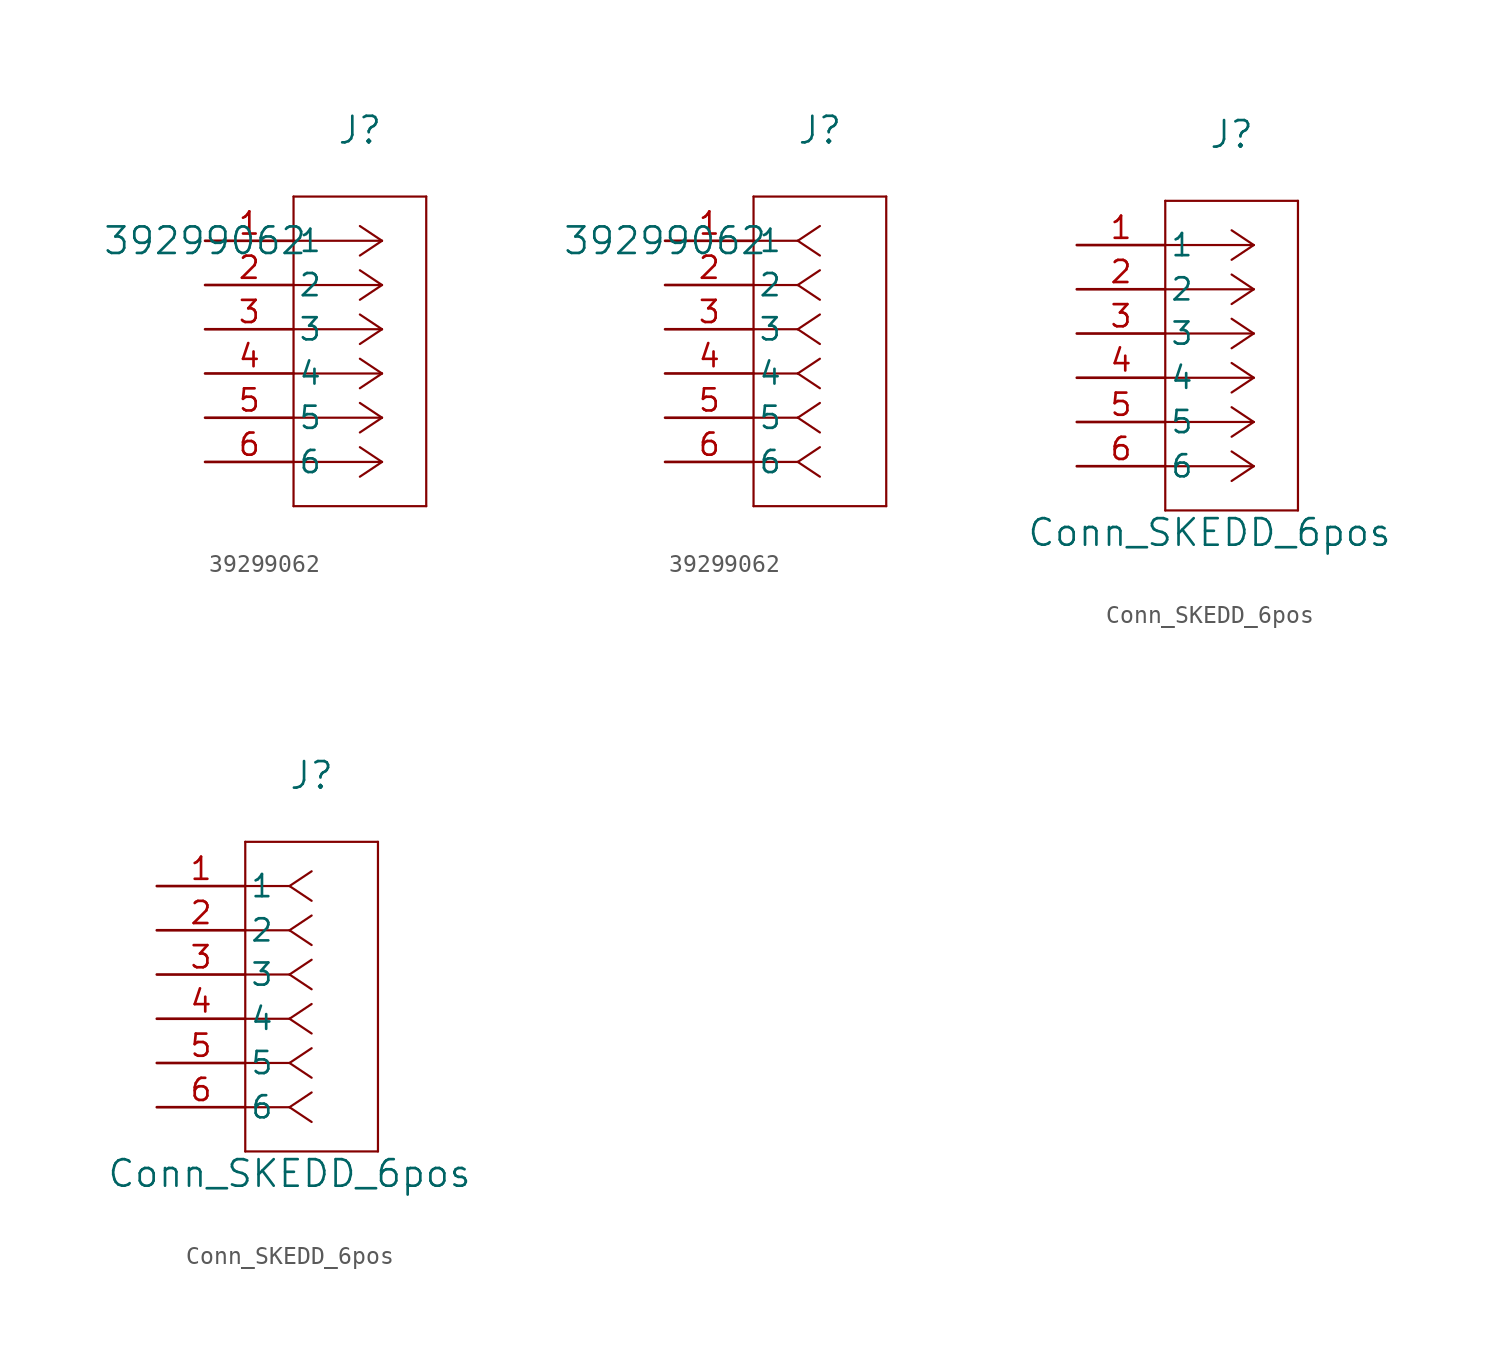
<source format=kicad_sym>
(kicad_symbol_lib
  (version 20220914)
  (generator kicad_symbol_editor)
  (symbol "39299062"
    (pin_names
      (offset 0.254))
    (property "Reference" "J"
      (at 8.89 6.35 0)
      (effects (font (size 1.524 1.524))))
    (property "Value" "39299062"
      (at 0 0 0)
      (effects (font (size 1.524 1.524))))
    (property "ki_locked" ""
      (at 0 0 0)
      (effects (font (size 1.27 1.27))))
    (symbol "39299062_1_1"
      (polyline (pts (xy 5.08 -15.24) (xy 12.7 -15.24)) (stroke (width 0.127) (type default)) (fill (type none)))
      (polyline (pts (xy 5.08 2.54) (xy 5.08 -15.24)) (stroke (width 0.127) (type default)) (fill (type none)))
      (polyline (pts (xy 10.16 -12.7) (xy 5.08 -12.7)) (stroke (width 0.127) (type default)) (fill (type none)))
      (polyline (pts (xy 10.16 -12.7) (xy 8.89 -13.547)) (stroke (width 0.127) (type default)) (fill (type none)))
      (polyline (pts (xy 10.16 -12.7) (xy 8.89 -11.853)) (stroke (width 0.127) (type default)) (fill (type none)))
      (polyline (pts (xy 10.16 -10.16) (xy 5.08 -10.16)) (stroke (width 0.127) (type default)) (fill (type none)))
      (polyline (pts (xy 10.16 -10.16) (xy 8.89 -11.007)) (stroke (width 0.127) (type default)) (fill (type none)))
      (polyline (pts (xy 10.16 -10.16) (xy 8.89 -9.313)) (stroke (width 0.127) (type default)) (fill (type none)))
      (polyline (pts (xy 10.16 -7.62) (xy 5.08 -7.62)) (stroke (width 0.127) (type default)) (fill (type none)))
      (polyline (pts (xy 10.16 -7.62) (xy 8.89 -8.467)) (stroke (width 0.127) (type default)) (fill (type none)))
      (polyline (pts (xy 10.16 -7.62) (xy 8.89 -6.773)) (stroke (width 0.127) (type default)) (fill (type none)))
      (polyline (pts (xy 10.16 -5.08) (xy 5.08 -5.08)) (stroke (width 0.127) (type default)) (fill (type none)))
      (polyline (pts (xy 10.16 -5.08) (xy 8.89 -5.927)) (stroke (width 0.127) (type default)) (fill (type none)))
      (polyline (pts (xy 10.16 -5.08) (xy 8.89 -4.233)) (stroke (width 0.127) (type default)) (fill (type none)))
      (polyline (pts (xy 10.16 -2.54) (xy 5.08 -2.54)) (stroke (width 0.127) (type default)) (fill (type none)))
      (polyline (pts (xy 10.16 -2.54) (xy 8.89 -3.387)) (stroke (width 0.127) (type default)) (fill (type none)))
      (polyline (pts (xy 10.16 -2.54) (xy 8.89 -1.693)) (stroke (width 0.127) (type default)) (fill (type none)))
      (polyline (pts (xy 10.16 0) (xy 5.08 0)) (stroke (width 0.127) (type default)) (fill (type none)))
      (polyline (pts (xy 10.16 0) (xy 8.89 -0.847)) (stroke (width 0.127) (type default)) (fill (type none)))
      (polyline (pts (xy 10.16 0) (xy 8.89 0.847)) (stroke (width 0.127) (type default)) (fill (type none)))
      (polyline (pts (xy 12.7 -15.24) (xy 12.7 2.54)) (stroke (width 0.127) (type default)) (fill (type none)))
      (polyline (pts (xy 12.7 2.54) (xy 5.08 2.54)) (stroke (width 0.127) (type default)) (fill (type none)))
      (pin unspecified line (at 0 0 0) (length 5.08) (name "1" (effects (font (size 1.27 1.27)))) (number "1" (effects (font (size 1.27 1.27)))))
      (pin unspecified line (at 0 -2.54 0) (length 5.08) (name "2" (effects (font (size 1.27 1.27)))) (number "2" (effects (font (size 1.27 1.27)))))
      (pin unspecified line (at 0 -5.08 0) (length 5.08) (name "3" (effects (font (size 1.27 1.27)))) (number "3" (effects (font (size 1.27 1.27)))))
      (pin unspecified line (at 0 -7.62 0) (length 5.08) (name "4" (effects (font (size 1.27 1.27)))) (number "4" (effects (font (size 1.27 1.27)))))
      (pin unspecified line (at 0 -10.16 0) (length 5.08) (name "5" (effects (font (size 1.27 1.27)))) (number "5" (effects (font (size 1.27 1.27)))))
      (pin unspecified line (at 0 -12.7 0) (length 5.08) (name "6" (effects (font (size 1.27 1.27)))) (number "6" (effects (font (size 1.27 1.27))))))
    (symbol "39299062_1_2"
      (polyline (pts (xy 5.08 -15.24) (xy 12.7 -15.24)) (stroke (width 0.127) (type default)) (fill (type none)))
      (polyline (pts (xy 5.08 2.54) (xy 5.08 -15.24)) (stroke (width 0.127) (type default)) (fill (type none)))
      (polyline (pts (xy 7.62 -12.7) (xy 5.08 -12.7)) (stroke (width 0.127) (type default)) (fill (type none)))
      (polyline (pts (xy 7.62 -12.7) (xy 8.89 -13.547)) (stroke (width 0.127) (type default)) (fill (type none)))
      (polyline (pts (xy 7.62 -12.7) (xy 8.89 -11.853)) (stroke (width 0.127) (type default)) (fill (type none)))
      (polyline (pts (xy 7.62 -10.16) (xy 5.08 -10.16)) (stroke (width 0.127) (type default)) (fill (type none)))
      (polyline (pts (xy 7.62 -10.16) (xy 8.89 -11.007)) (stroke (width 0.127) (type default)) (fill (type none)))
      (polyline (pts (xy 7.62 -10.16) (xy 8.89 -9.313)) (stroke (width 0.127) (type default)) (fill (type none)))
      (polyline (pts (xy 7.62 -7.62) (xy 5.08 -7.62)) (stroke (width 0.127) (type default)) (fill (type none)))
      (polyline (pts (xy 7.62 -7.62) (xy 8.89 -8.467)) (stroke (width 0.127) (type default)) (fill (type none)))
      (polyline (pts (xy 7.62 -7.62) (xy 8.89 -6.773)) (stroke (width 0.127) (type default)) (fill (type none)))
      (polyline (pts (xy 7.62 -5.08) (xy 5.08 -5.08)) (stroke (width 0.127) (type default)) (fill (type none)))
      (polyline (pts (xy 7.62 -5.08) (xy 8.89 -5.927)) (stroke (width 0.127) (type default)) (fill (type none)))
      (polyline (pts (xy 7.62 -5.08) (xy 8.89 -4.233)) (stroke (width 0.127) (type default)) (fill (type none)))
      (polyline (pts (xy 7.62 -2.54) (xy 5.08 -2.54)) (stroke (width 0.127) (type default)) (fill (type none)))
      (polyline (pts (xy 7.62 -2.54) (xy 8.89 -3.387)) (stroke (width 0.127) (type default)) (fill (type none)))
      (polyline (pts (xy 7.62 -2.54) (xy 8.89 -1.693)) (stroke (width 0.127) (type default)) (fill (type none)))
      (polyline (pts (xy 7.62 0) (xy 5.08 0)) (stroke (width 0.127) (type default)) (fill (type none)))
      (polyline (pts (xy 7.62 0) (xy 8.89 -0.847)) (stroke (width 0.127) (type default)) (fill (type none)))
      (polyline (pts (xy 7.62 0) (xy 8.89 0.847)) (stroke (width 0.127) (type default)) (fill (type none)))
      (polyline (pts (xy 12.7 -15.24) (xy 12.7 2.54)) (stroke (width 0.127) (type default)) (fill (type none)))
      (polyline (pts (xy 12.7 2.54) (xy 5.08 2.54)) (stroke (width 0.127) (type default)) (fill (type none)))
      (pin unspecified line (at 0 0 0) (length 5.08) (name "1" (effects (font (size 1.27 1.27)))) (number "1" (effects (font (size 1.27 1.27)))))
      (pin unspecified line (at 0 -2.54 0) (length 5.08) (name "2" (effects (font (size 1.27 1.27)))) (number "2" (effects (font (size 1.27 1.27)))))
      (pin unspecified line (at 0 -5.08 0) (length 5.08) (name "3" (effects (font (size 1.27 1.27)))) (number "3" (effects (font (size 1.27 1.27)))))
      (pin unspecified line (at 0 -7.62 0) (length 5.08) (name "4" (effects (font (size 1.27 1.27)))) (number "4" (effects (font (size 1.27 1.27)))))
      (pin unspecified line (at 0 -10.16 0) (length 5.08) (name "5" (effects (font (size 1.27 1.27)))) (number "5" (effects (font (size 1.27 1.27)))))
      (pin unspecified line (at 0 -12.7 0) (length 5.08) (name "6" (effects (font (size 1.27 1.27)))) (number "6" (effects (font (size 1.27 1.27)))))))
  (symbol "Conn_SKEDD_6pos"
    (pin_names
      (offset 0.254))
    (property "Reference" "J"
      (at 8.89 6.35 0)
      (effects (font (size 1.524 1.524))))
    (property "Value" "Conn_SKEDD_6pos"
      (at 7.62 -16.51 0)
      (effects (font (size 1.524 1.524))))
    (property "ki_locked" ""
      (at 0 0 0)
      (effects (font (size 1.27 1.27))))
    (symbol "Conn_SKEDD_6pos_1_1"
      (polyline (pts (xy 5.08 -15.24) (xy 12.7 -15.24)) (stroke (width 0.127) (type default)) (fill (type none)))
      (polyline (pts (xy 5.08 2.54) (xy 5.08 -15.24)) (stroke (width 0.127) (type default)) (fill (type none)))
      (polyline (pts (xy 10.16 -12.7) (xy 5.08 -12.7)) (stroke (width 0.127) (type default)) (fill (type none)))
      (polyline (pts (xy 10.16 -12.7) (xy 8.89 -13.547)) (stroke (width 0.127) (type default)) (fill (type none)))
      (polyline (pts (xy 10.16 -12.7) (xy 8.89 -11.853)) (stroke (width 0.127) (type default)) (fill (type none)))
      (polyline (pts (xy 10.16 -10.16) (xy 5.08 -10.16)) (stroke (width 0.127) (type default)) (fill (type none)))
      (polyline (pts (xy 10.16 -10.16) (xy 8.89 -11.007)) (stroke (width 0.127) (type default)) (fill (type none)))
      (polyline (pts (xy 10.16 -10.16) (xy 8.89 -9.313)) (stroke (width 0.127) (type default)) (fill (type none)))
      (polyline (pts (xy 10.16 -7.62) (xy 5.08 -7.62)) (stroke (width 0.127) (type default)) (fill (type none)))
      (polyline (pts (xy 10.16 -7.62) (xy 8.89 -8.467)) (stroke (width 0.127) (type default)) (fill (type none)))
      (polyline (pts (xy 10.16 -7.62) (xy 8.89 -6.773)) (stroke (width 0.127) (type default)) (fill (type none)))
      (polyline (pts (xy 10.16 -5.08) (xy 5.08 -5.08)) (stroke (width 0.127) (type default)) (fill (type none)))
      (polyline (pts (xy 10.16 -5.08) (xy 8.89 -5.927)) (stroke (width 0.127) (type default)) (fill (type none)))
      (polyline (pts (xy 10.16 -5.08) (xy 8.89 -4.233)) (stroke (width 0.127) (type default)) (fill (type none)))
      (polyline (pts (xy 10.16 -2.54) (xy 5.08 -2.54)) (stroke (width 0.127) (type default)) (fill (type none)))
      (polyline (pts (xy 10.16 -2.54) (xy 8.89 -3.387)) (stroke (width 0.127) (type default)) (fill (type none)))
      (polyline (pts (xy 10.16 -2.54) (xy 8.89 -1.693)) (stroke (width 0.127) (type default)) (fill (type none)))
      (polyline (pts (xy 10.16 0) (xy 5.08 0)) (stroke (width 0.127) (type default)) (fill (type none)))
      (polyline (pts (xy 10.16 0) (xy 8.89 -0.847)) (stroke (width 0.127) (type default)) (fill (type none)))
      (polyline (pts (xy 10.16 0) (xy 8.89 0.847)) (stroke (width 0.127) (type default)) (fill (type none)))
      (polyline (pts (xy 12.7 -15.24) (xy 12.7 2.54)) (stroke (width 0.127) (type default)) (fill (type none)))
      (polyline (pts (xy 12.7 2.54) (xy 5.08 2.54)) (stroke (width 0.127) (type default)) (fill (type none)))
      (pin unspecified line (at 0 0 0) (length 5.08) (name "1" (effects (font (size 1.27 1.27)))) (number "1" (effects (font (size 1.27 1.27)))))
      (pin unspecified line (at 0 -2.54 0) (length 5.08) (name "2" (effects (font (size 1.27 1.27)))) (number "2" (effects (font (size 1.27 1.27)))))
      (pin unspecified line (at 0 -5.08 0) (length 5.08) (name "3" (effects (font (size 1.27 1.27)))) (number "3" (effects (font (size 1.27 1.27)))))
      (pin unspecified line (at 0 -7.62 0) (length 5.08) (name "4" (effects (font (size 1.27 1.27)))) (number "4" (effects (font (size 1.27 1.27)))))
      (pin unspecified line (at 0 -10.16 0) (length 5.08) (name "5" (effects (font (size 1.27 1.27)))) (number "5" (effects (font (size 1.27 1.27)))))
      (pin unspecified line (at 0 -12.7 0) (length 5.08) (name "6" (effects (font (size 1.27 1.27)))) (number "6" (effects (font (size 1.27 1.27))))))
    (symbol "Conn_SKEDD_6pos_1_2"
      (polyline (pts (xy 5.08 -15.24) (xy 12.7 -15.24)) (stroke (width 0.127) (type default)) (fill (type none)))
      (polyline (pts (xy 5.08 2.54) (xy 5.08 -15.24)) (stroke (width 0.127) (type default)) (fill (type none)))
      (polyline (pts (xy 7.62 -12.7) (xy 5.08 -12.7)) (stroke (width 0.127) (type default)) (fill (type none)))
      (polyline (pts (xy 7.62 -12.7) (xy 8.89 -13.547)) (stroke (width 0.127) (type default)) (fill (type none)))
      (polyline (pts (xy 7.62 -12.7) (xy 8.89 -11.853)) (stroke (width 0.127) (type default)) (fill (type none)))
      (polyline (pts (xy 7.62 -10.16) (xy 5.08 -10.16)) (stroke (width 0.127) (type default)) (fill (type none)))
      (polyline (pts (xy 7.62 -10.16) (xy 8.89 -11.007)) (stroke (width 0.127) (type default)) (fill (type none)))
      (polyline (pts (xy 7.62 -10.16) (xy 8.89 -9.313)) (stroke (width 0.127) (type default)) (fill (type none)))
      (polyline (pts (xy 7.62 -7.62) (xy 5.08 -7.62)) (stroke (width 0.127) (type default)) (fill (type none)))
      (polyline (pts (xy 7.62 -7.62) (xy 8.89 -8.467)) (stroke (width 0.127) (type default)) (fill (type none)))
      (polyline (pts (xy 7.62 -7.62) (xy 8.89 -6.773)) (stroke (width 0.127) (type default)) (fill (type none)))
      (polyline (pts (xy 7.62 -5.08) (xy 5.08 -5.08)) (stroke (width 0.127) (type default)) (fill (type none)))
      (polyline (pts (xy 7.62 -5.08) (xy 8.89 -5.927)) (stroke (width 0.127) (type default)) (fill (type none)))
      (polyline (pts (xy 7.62 -5.08) (xy 8.89 -4.233)) (stroke (width 0.127) (type default)) (fill (type none)))
      (polyline (pts (xy 7.62 -2.54) (xy 5.08 -2.54)) (stroke (width 0.127) (type default)) (fill (type none)))
      (polyline (pts (xy 7.62 -2.54) (xy 8.89 -3.387)) (stroke (width 0.127) (type default)) (fill (type none)))
      (polyline (pts (xy 7.62 -2.54) (xy 8.89 -1.693)) (stroke (width 0.127) (type default)) (fill (type none)))
      (polyline (pts (xy 7.62 0) (xy 5.08 0)) (stroke (width 0.127) (type default)) (fill (type none)))
      (polyline (pts (xy 7.62 0) (xy 8.89 -0.847)) (stroke (width 0.127) (type default)) (fill (type none)))
      (polyline (pts (xy 7.62 0) (xy 8.89 0.847)) (stroke (width 0.127) (type default)) (fill (type none)))
      (polyline (pts (xy 12.7 -15.24) (xy 12.7 2.54)) (stroke (width 0.127) (type default)) (fill (type none)))
      (polyline (pts (xy 12.7 2.54) (xy 5.08 2.54)) (stroke (width 0.127) (type default)) (fill (type none)))
      (pin unspecified line (at 0 0 0) (length 5.08) (name "1" (effects (font (size 1.27 1.27)))) (number "1" (effects (font (size 1.27 1.27)))))
      (pin unspecified line (at 0 -2.54 0) (length 5.08) (name "2" (effects (font (size 1.27 1.27)))) (number "2" (effects (font (size 1.27 1.27)))))
      (pin unspecified line (at 0 -5.08 0) (length 5.08) (name "3" (effects (font (size 1.27 1.27)))) (number "3" (effects (font (size 1.27 1.27)))))
      (pin unspecified line (at 0 -7.62 0) (length 5.08) (name "4" (effects (font (size 1.27 1.27)))) (number "4" (effects (font (size 1.27 1.27)))))
      (pin unspecified line (at 0 -10.16 0) (length 5.08) (name "5" (effects (font (size 1.27 1.27)))) (number "5" (effects (font (size 1.27 1.27)))))
      (pin unspecified line (at 0 -12.7 0) (length 5.08) (name "6" (effects (font (size 1.27 1.27)))) (number "6" (effects (font (size 1.27 1.27))))))))
</source>
